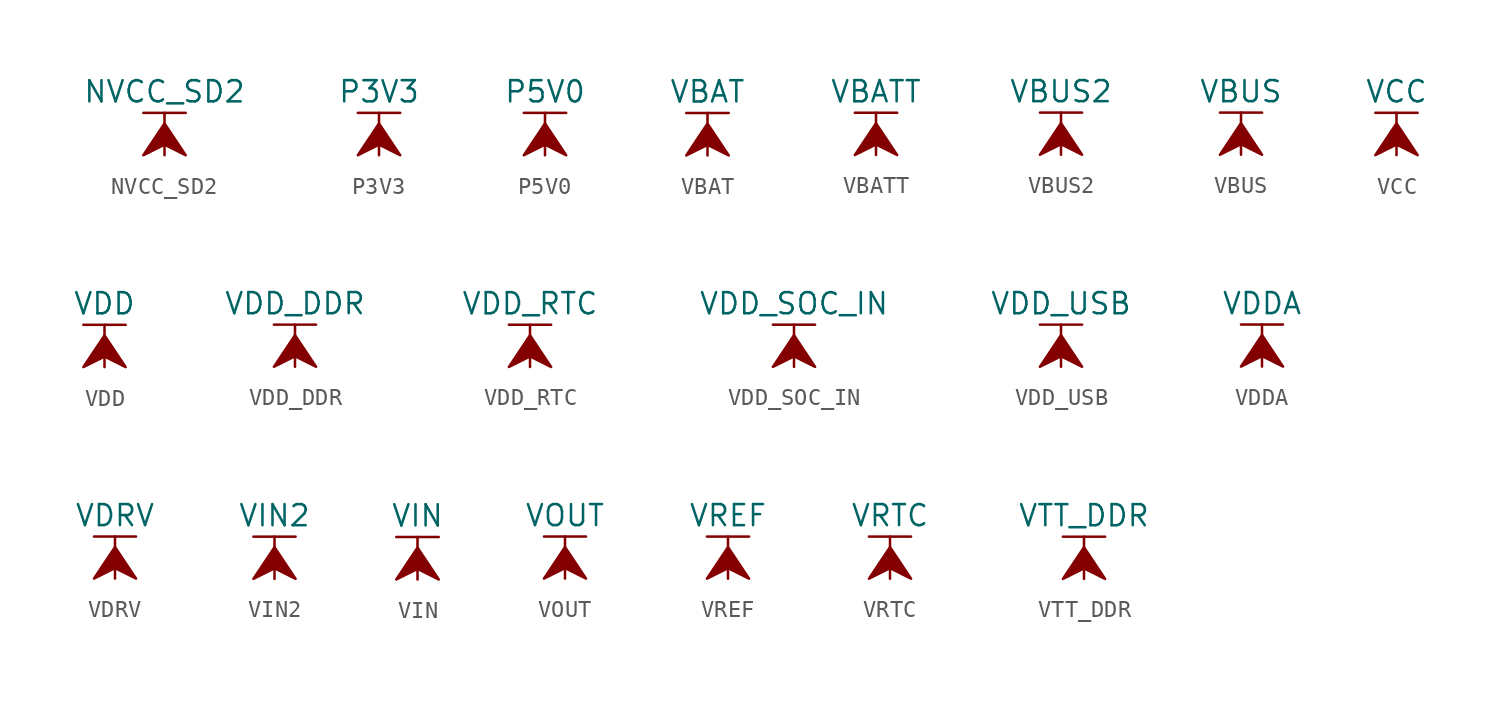
<source format=kicad_sym>
(kicad_symbol_lib
  (version 20211014)
  (generator kicad_symbol_editor)
  (symbol "NVCC_SD2"
    (power)
    (pin_names
      (offset 0))
    (property "Reference" "#PWR"
      (at 0 -3.81 0)
      (effects (font (size 1.27 1.27)) hide))
    (property "Value" "NVCC_SD2"
      (at 0 3.81 0)
      (effects (font (size 1.27 1.27))))
    (symbol "NVCC_SD2_0_1"
      (polyline (pts (xy -1.27 2.54) (xy 1.27 2.54)) (stroke (width 0.152) (type default) (color 0 0 0 0)) (fill (type none)))
      (polyline (pts (xy 0 0) (xy 0 2.54)) (stroke (width 0.152) (type default) (color 0 0 0 0)) (fill (type none)))
      (polyline (pts (xy 0 1.905) (xy -1.27 0) (xy 0 0.635) (xy 1.27 0) (xy 0 1.905)) (stroke (width 0.152) (type default) (color 0 0 0 0)) (fill (type outline))))
    (symbol "NVCC_SD2_1_1"
      (pin power_in line (at 0 0 90) (length 0) hide (name "NVCC_SD2" (effects (font (size 1.27 1.27)))) (number "1" (effects (font (size 1.27 1.27)))))))
  (symbol "P3V3"
    (power)
    (pin_names
      (offset 0))
    (property "Reference" "#PWR"
      (at 0 -3.81 0)
      (effects (font (size 1.27 1.27)) hide))
    (property "Value" "P3V3"
      (at 0 3.81 0)
      (effects (font (size 1.27 1.27))))
    (symbol "P3V3_0_1"
      (polyline (pts (xy -1.27 2.54) (xy 1.27 2.54)) (stroke (width 0.152) (type default) (color 0 0 0 0)) (fill (type none)))
      (polyline (pts (xy 0 0) (xy 0 2.54)) (stroke (width 0.152) (type default) (color 0 0 0 0)) (fill (type none)))
      (polyline (pts (xy 0 1.905) (xy -1.27 0) (xy 0 0.635) (xy 1.27 0) (xy 0 1.905)) (stroke (width 0.152) (type default) (color 0 0 0 0)) (fill (type outline))))
    (symbol "P3V3_1_1"
      (pin power_in line (at 0 0 90) (length 0) hide (name "P3V3" (effects (font (size 1.27 1.27)))) (number "1" (effects (font (size 1.27 1.27)))))))
  (symbol "P5V0"
    (power)
    (pin_names
      (offset 0))
    (property "Reference" "#PWR"
      (at 0 -3.81 0)
      (effects (font (size 1.27 1.27)) hide))
    (property "Value" "P5V0"
      (at 0 3.81 0)
      (effects (font (size 1.27 1.27))))
    (symbol "P5V0_0_1"
      (polyline (pts (xy -1.27 2.54) (xy 1.27 2.54)) (stroke (width 0.152) (type default) (color 0 0 0 0)) (fill (type none)))
      (polyline (pts (xy 0 0) (xy 0 2.54)) (stroke (width 0.152) (type default) (color 0 0 0 0)) (fill (type none)))
      (polyline (pts (xy 0 1.905) (xy -1.27 0) (xy 0 0.635) (xy 1.27 0) (xy 0 1.905)) (stroke (width 0.152) (type default) (color 0 0 0 0)) (fill (type outline))))
    (symbol "P5V0_1_1"
      (pin power_in line (at 0 0 90) (length 0) hide (name "P5V0" (effects (font (size 1.27 1.27)))) (number "1" (effects (font (size 1.27 1.27)))))))
  (symbol "VBAT"
    (power)
    (pin_names
      (offset 0))
    (property "Reference" "#PWR"
      (at 0 -3.81 0)
      (effects (font (size 1.27 1.27)) hide))
    (property "Value" "VBAT"
      (at 0 3.81 0)
      (effects (font (size 1.27 1.27))))
    (symbol "VBAT_0_1"
      (polyline (pts (xy -1.27 2.54) (xy 1.27 2.54)) (stroke (width 0.152) (type default) (color 0 0 0 0)) (fill (type none)))
      (polyline (pts (xy 0 0) (xy 0 2.54)) (stroke (width 0.152) (type default) (color 0 0 0 0)) (fill (type none)))
      (polyline (pts (xy 0 1.905) (xy -1.27 0) (xy 0 0.635) (xy 1.27 0) (xy 0 1.905)) (stroke (width 0.152) (type default) (color 0 0 0 0)) (fill (type outline))))
    (symbol "VBAT_1_1"
      (pin power_in line (at 0 0 90) (length 0) hide (name "VBAT" (effects (font (size 1.27 1.27)))) (number "1" (effects (font (size 1.27 1.27)))))))
  (symbol "VBATT"
    (power)
    (pin_names
      (offset 0))
    (property "Reference" "#PWR"
      (at 0 -3.81 0)
      (effects (font (size 1.27 1.27)) hide))
    (property "Value" "VBATT"
      (at 0 3.81 0)
      (effects (font (size 1.27 1.27))))
    (symbol "VBATT_0_1"
      (polyline (pts (xy -1.27 2.54) (xy 1.27 2.54)) (stroke (width 0.152) (type default) (color 0 0 0 0)) (fill (type none)))
      (polyline (pts (xy 0 0) (xy 0 2.54)) (stroke (width 0.152) (type default) (color 0 0 0 0)) (fill (type none)))
      (polyline (pts (xy 0 1.905) (xy -1.27 0) (xy 0 0.635) (xy 1.27 0) (xy 0 1.905)) (stroke (width 0.152) (type default) (color 0 0 0 0)) (fill (type outline))))
    (symbol "VBATT_1_1"
      (pin power_in line (at 0 0 90) (length 0) hide (name "VBATT" (effects (font (size 1.27 1.27)))) (number "1" (effects (font (size 1.27 1.27)))))))
  (symbol "VBUS2"
    (power)
    (pin_names
      (offset 0))
    (property "Reference" "#PWR"
      (at 0 -3.81 0)
      (effects (font (size 1.27 1.27)) hide))
    (property "Value" "VBUS2"
      (at 0 3.81 0)
      (effects (font (size 1.27 1.27))))
    (symbol "VBUS2_0_1"
      (polyline (pts (xy -1.27 2.54) (xy 1.27 2.54)) (stroke (width 0.152) (type default) (color 0 0 0 0)) (fill (type none)))
      (polyline (pts (xy 0 0) (xy 0 2.54)) (stroke (width 0.152) (type default) (color 0 0 0 0)) (fill (type none)))
      (polyline (pts (xy 0 1.905) (xy -1.27 0) (xy 0 0.635) (xy 1.27 0) (xy 0 1.905)) (stroke (width 0.152) (type default) (color 0 0 0 0)) (fill (type outline))))
    (symbol "VBUS2_1_1"
      (pin power_in line (at 0 0 90) (length 0) hide (name "VBUS2" (effects (font (size 1.27 1.27)))) (number "1" (effects (font (size 1.27 1.27)))))))
  (symbol "VBUS"
    (power)
    (pin_names
      (offset 0))
    (property "Reference" "#PWR"
      (at 0 -3.81 0)
      (effects (font (size 1.27 1.27)) hide))
    (property "Value" "VBUS"
      (at 0 3.81 0)
      (effects (font (size 1.27 1.27))))
    (symbol "VBUS_0_1"
      (polyline (pts (xy -1.27 2.54) (xy 1.27 2.54)) (stroke (width 0.152) (type default) (color 0 0 0 0)) (fill (type none)))
      (polyline (pts (xy 0 0) (xy 0 2.54)) (stroke (width 0.152) (type default) (color 0 0 0 0)) (fill (type none)))
      (polyline (pts (xy 0 1.905) (xy -1.27 0) (xy 0 0.635) (xy 1.27 0) (xy 0 1.905)) (stroke (width 0.152) (type default) (color 0 0 0 0)) (fill (type outline))))
    (symbol "VBUS_1_1"
      (pin power_in line (at 0 0 90) (length 0) hide (name "VBUS" (effects (font (size 1.27 1.27)))) (number "1" (effects (font (size 1.27 1.27)))))))
  (symbol "VCC"
    (power)
    (pin_names
      (offset 0))
    (property "Reference" "#PWR"
      (at 0 -3.81 0)
      (effects (font (size 1.27 1.27)) hide))
    (property "Value" "VCC"
      (at 0 3.81 0)
      (effects (font (size 1.27 1.27))))
    (symbol "VCC_0_1"
      (polyline (pts (xy -1.27 2.54) (xy 1.27 2.54)) (stroke (width 0.152) (type default) (color 0 0 0 0)) (fill (type none)))
      (polyline (pts (xy 0 0) (xy 0 2.54)) (stroke (width 0.152) (type default) (color 0 0 0 0)) (fill (type none)))
      (polyline (pts (xy 0 1.905) (xy -1.27 0) (xy 0 0.635) (xy 1.27 0) (xy 0 1.905)) (stroke (width 0.152) (type default) (color 0 0 0 0)) (fill (type outline))))
    (symbol "VCC_1_1"
      (pin power_in line (at 0 0 90) (length 0) hide (name "VCC" (effects (font (size 1.27 1.27)))) (number "1" (effects (font (size 1.27 1.27)))))))
  (symbol "VDD"
    (power)
    (pin_names
      (offset 0))
    (property "Reference" "#PWR"
      (at 0 -3.81 0)
      (effects (font (size 1.27 1.27)) hide))
    (property "Value" "VDD"
      (at 0 3.81 0)
      (effects (font (size 1.27 1.27))))
    (symbol "VDD_0_1"
      (polyline (pts (xy -1.27 2.54) (xy 1.27 2.54)) (stroke (width 0.152) (type default) (color 0 0 0 0)) (fill (type none)))
      (polyline (pts (xy 0 0) (xy 0 2.54)) (stroke (width 0.152) (type default) (color 0 0 0 0)) (fill (type none)))
      (polyline (pts (xy 0 1.905) (xy -1.27 0) (xy 0 0.635) (xy 1.27 0) (xy 0 1.905)) (stroke (width 0.152) (type default) (color 0 0 0 0)) (fill (type outline))))
    (symbol "VDD_1_1"
      (pin power_in line (at 0 0 90) (length 0) hide (name "VDD" (effects (font (size 1.27 1.27)))) (number "1" (effects (font (size 1.27 1.27)))))))
  (symbol "VDD_DDR"
    (power)
    (pin_names
      (offset 0))
    (property "Reference" "#PWR"
      (at 0 -3.81 0)
      (effects (font (size 1.27 1.27)) hide))
    (property "Value" "VDD_DDR"
      (at 0 3.81 0)
      (effects (font (size 1.27 1.27))))
    (symbol "VDD_DDR_0_1"
      (polyline (pts (xy -1.27 2.54) (xy 1.27 2.54)) (stroke (width 0.152) (type default) (color 0 0 0 0)) (fill (type none)))
      (polyline (pts (xy 0 0) (xy 0 2.54)) (stroke (width 0.152) (type default) (color 0 0 0 0)) (fill (type none)))
      (polyline (pts (xy 0 1.905) (xy -1.27 0) (xy 0 0.635) (xy 1.27 0) (xy 0 1.905)) (stroke (width 0.152) (type default) (color 0 0 0 0)) (fill (type outline))))
    (symbol "VDD_DDR_1_1"
      (pin power_in line (at 0 0 90) (length 0) hide (name "VDD_DDR" (effects (font (size 1.27 1.27)))) (number "1" (effects (font (size 1.27 1.27)))))))
  (symbol "VDD_RTC"
    (power)
    (pin_names
      (offset 0))
    (property "Reference" "#PWR"
      (at 0 -3.81 0)
      (effects (font (size 1.27 1.27)) hide))
    (property "Value" "VDD_RTC"
      (at 0 3.81 0)
      (effects (font (size 1.27 1.27))))
    (symbol "VDD_RTC_0_1"
      (polyline (pts (xy -1.27 2.54) (xy 1.27 2.54)) (stroke (width 0.152) (type default) (color 0 0 0 0)) (fill (type none)))
      (polyline (pts (xy 0 0) (xy 0 2.54)) (stroke (width 0.152) (type default) (color 0 0 0 0)) (fill (type none)))
      (polyline (pts (xy 0 1.905) (xy -1.27 0) (xy 0 0.635) (xy 1.27 0) (xy 0 1.905)) (stroke (width 0.152) (type default) (color 0 0 0 0)) (fill (type outline))))
    (symbol "VDD_RTC_1_1"
      (pin power_in line (at 0 0 90) (length 0) hide (name "VDD_RTC" (effects (font (size 1.27 1.27)))) (number "1" (effects (font (size 1.27 1.27)))))))
  (symbol "VDD_SOC_IN"
    (power)
    (pin_names
      (offset 0))
    (property "Reference" "#PWR"
      (at 0 -3.81 0)
      (effects (font (size 1.27 1.27)) hide))
    (property "Value" "VDD_SOC_IN"
      (at 0 3.81 0)
      (effects (font (size 1.27 1.27))))
    (symbol "VDD_SOC_IN_0_1"
      (polyline (pts (xy -1.27 2.54) (xy 1.27 2.54)) (stroke (width 0.152) (type default) (color 0 0 0 0)) (fill (type none)))
      (polyline (pts (xy 0 0) (xy 0 2.54)) (stroke (width 0.152) (type default) (color 0 0 0 0)) (fill (type none)))
      (polyline (pts (xy 0 1.905) (xy -1.27 0) (xy 0 0.635) (xy 1.27 0) (xy 0 1.905)) (stroke (width 0.152) (type default) (color 0 0 0 0)) (fill (type outline))))
    (symbol "VDD_SOC_IN_1_1"
      (pin power_in line (at 0 0 90) (length 0) hide (name "VDD_SOC_IN" (effects (font (size 1.27 1.27)))) (number "1" (effects (font (size 1.27 1.27)))))))
  (symbol "VDD_USB"
    (power)
    (pin_names
      (offset 0))
    (property "Reference" "#PWR"
      (at 0 -3.81 0)
      (effects (font (size 1.27 1.27)) hide))
    (property "Value" "VDD_USB"
      (at 0 3.81 0)
      (effects (font (size 1.27 1.27))))
    (symbol "VDD_USB_0_1"
      (polyline (pts (xy -1.27 2.54) (xy 1.27 2.54)) (stroke (width 0.152) (type default) (color 0 0 0 0)) (fill (type none)))
      (polyline (pts (xy 0 0) (xy 0 2.54)) (stroke (width 0.152) (type default) (color 0 0 0 0)) (fill (type none)))
      (polyline (pts (xy 0 1.905) (xy -1.27 0) (xy 0 0.635) (xy 1.27 0) (xy 0 1.905)) (stroke (width 0.152) (type default) (color 0 0 0 0)) (fill (type outline))))
    (symbol "VDD_USB_1_1"
      (pin power_in line (at 0 0 90) (length 0) hide (name "VDD_USB" (effects (font (size 1.27 1.27)))) (number "1" (effects (font (size 1.27 1.27)))))))
  (symbol "VDDA"
    (power)
    (pin_names
      (offset 0))
    (property "Reference" "#PWR"
      (at 0 -3.81 0)
      (effects (font (size 1.27 1.27)) hide))
    (property "Value" "VDDA"
      (at 0 3.81 0)
      (effects (font (size 1.27 1.27))))
    (symbol "VDDA_0_1"
      (polyline (pts (xy -1.27 2.54) (xy 1.27 2.54)) (stroke (width 0.152) (type default) (color 0 0 0 0)) (fill (type none)))
      (polyline (pts (xy 0 0) (xy 0 2.54)) (stroke (width 0.152) (type default) (color 0 0 0 0)) (fill (type none)))
      (polyline (pts (xy 0 1.905) (xy -1.27 0) (xy 0 0.635) (xy 1.27 0) (xy 0 1.905)) (stroke (width 0.152) (type default) (color 0 0 0 0)) (fill (type outline))))
    (symbol "VDDA_1_1"
      (pin power_in line (at 0 0 90) (length 0) hide (name "VDDA" (effects (font (size 1.27 1.27)))) (number "1" (effects (font (size 1.27 1.27)))))))
  (symbol "VDRV"
    (power)
    (pin_names
      (offset 0))
    (property "Reference" "#PWR"
      (at 0 -3.81 0)
      (effects (font (size 1.27 1.27)) hide))
    (property "Value" "VDRV"
      (at 0 3.81 0)
      (effects (font (size 1.27 1.27))))
    (symbol "VDRV_0_1"
      (polyline (pts (xy -1.27 2.54) (xy 1.27 2.54)) (stroke (width 0.152) (type default) (color 0 0 0 0)) (fill (type none)))
      (polyline (pts (xy 0 0) (xy 0 2.54)) (stroke (width 0.152) (type default) (color 0 0 0 0)) (fill (type none)))
      (polyline (pts (xy 0 1.905) (xy -1.27 0) (xy 0 0.635) (xy 1.27 0) (xy 0 1.905)) (stroke (width 0.152) (type default) (color 0 0 0 0)) (fill (type outline))))
    (symbol "VDRV_1_1"
      (pin power_in line (at 0 0 90) (length 0) hide (name "VDRV" (effects (font (size 1.27 1.27)))) (number "1" (effects (font (size 1.27 1.27)))))))
  (symbol "VIN2"
    (power)
    (pin_names
      (offset 0))
    (property "Reference" "#PWR"
      (at 0 -3.81 0)
      (effects (font (size 1.27 1.27)) hide))
    (property "Value" "VIN2"
      (at 0 3.81 0)
      (effects (font (size 1.27 1.27))))
    (symbol "VIN2_0_1"
      (polyline (pts (xy -1.27 2.54) (xy 1.27 2.54)) (stroke (width 0.152) (type default) (color 0 0 0 0)) (fill (type none)))
      (polyline (pts (xy 0 0) (xy 0 2.54)) (stroke (width 0.152) (type default) (color 0 0 0 0)) (fill (type none)))
      (polyline (pts (xy 0 1.905) (xy -1.27 0) (xy 0 0.635) (xy 1.27 0) (xy 0 1.905)) (stroke (width 0.152) (type default) (color 0 0 0 0)) (fill (type outline))))
    (symbol "VIN2_1_1"
      (pin power_in line (at 0 0 90) (length 0) hide (name "VIN2" (effects (font (size 1.27 1.27)))) (number "1" (effects (font (size 1.27 1.27)))))))
  (symbol "VIN"
    (power)
    (pin_names
      (offset 0))
    (property "Reference" "#PWR"
      (at 0 -3.81 0)
      (effects (font (size 1.27 1.27)) hide))
    (property "Value" "VIN"
      (at 0 3.81 0)
      (effects (font (size 1.27 1.27))))
    (symbol "VIN_0_1"
      (polyline (pts (xy -1.27 2.54) (xy 1.27 2.54)) (stroke (width 0.152) (type default) (color 0 0 0 0)) (fill (type none)))
      (polyline (pts (xy 0 0) (xy 0 2.54)) (stroke (width 0.152) (type default) (color 0 0 0 0)) (fill (type none)))
      (polyline (pts (xy 0 1.905) (xy -1.27 0) (xy 0 0.635) (xy 1.27 0) (xy 0 1.905)) (stroke (width 0.152) (type default) (color 0 0 0 0)) (fill (type outline))))
    (symbol "VIN_1_1"
      (pin power_in line (at 0 0 90) (length 0) hide (name "VIN" (effects (font (size 1.27 1.27)))) (number "1" (effects (font (size 1.27 1.27)))))))
  (symbol "VOUT"
    (power)
    (pin_names
      (offset 0))
    (property "Reference" "#PWR"
      (at 0 -3.81 0)
      (effects (font (size 1.27 1.27)) hide))
    (property "Value" "VOUT"
      (at 0 3.81 0)
      (effects (font (size 1.27 1.27))))
    (symbol "VOUT_0_1"
      (polyline (pts (xy -1.27 2.54) (xy 1.27 2.54)) (stroke (width 0.152) (type default) (color 0 0 0 0)) (fill (type none)))
      (polyline (pts (xy 0 0) (xy 0 2.54)) (stroke (width 0.152) (type default) (color 0 0 0 0)) (fill (type none)))
      (polyline (pts (xy 0 1.905) (xy -1.27 0) (xy 0 0.635) (xy 1.27 0) (xy 0 1.905)) (stroke (width 0.152) (type default) (color 0 0 0 0)) (fill (type outline))))
    (symbol "VOUT_1_1"
      (pin power_in line (at 0 0 90) (length 0) hide (name "VOUT" (effects (font (size 1.27 1.27)))) (number "1" (effects (font (size 1.27 1.27)))))))
  (symbol "VREF"
    (power)
    (pin_names
      (offset 0))
    (property "Reference" "#PWR"
      (at 0 -3.81 0)
      (effects (font (size 1.27 1.27)) hide))
    (property "Value" "VREF"
      (at 0 3.81 0)
      (effects (font (size 1.27 1.27))))
    (symbol "VREF_0_1"
      (polyline (pts (xy -1.27 2.54) (xy 1.27 2.54)) (stroke (width 0.152) (type default) (color 0 0 0 0)) (fill (type none)))
      (polyline (pts (xy 0 0) (xy 0 2.54)) (stroke (width 0.152) (type default) (color 0 0 0 0)) (fill (type none)))
      (polyline (pts (xy 0 1.905) (xy -1.27 0) (xy 0 0.635) (xy 1.27 0) (xy 0 1.905)) (stroke (width 0.152) (type default) (color 0 0 0 0)) (fill (type outline))))
    (symbol "VREF_1_1"
      (pin power_in line (at 0 0 90) (length 0) hide (name "VREF" (effects (font (size 1.27 1.27)))) (number "1" (effects (font (size 1.27 1.27)))))))
  (symbol "VRTC"
    (power)
    (pin_names
      (offset 0))
    (property "Reference" "#PWR"
      (at 0 -3.81 0)
      (effects (font (size 1.27 1.27)) hide))
    (property "Value" "VRTC"
      (at 0 3.81 0)
      (effects (font (size 1.27 1.27))))
    (symbol "VRTC_0_1"
      (polyline (pts (xy -1.27 2.54) (xy 1.27 2.54)) (stroke (width 0.152) (type default) (color 0 0 0 0)) (fill (type none)))
      (polyline (pts (xy 0 0) (xy 0 2.54)) (stroke (width 0.152) (type default) (color 0 0 0 0)) (fill (type none)))
      (polyline (pts (xy 0 1.905) (xy -1.27 0) (xy 0 0.635) (xy 1.27 0) (xy 0 1.905)) (stroke (width 0.152) (type default) (color 0 0 0 0)) (fill (type outline))))
    (symbol "VRTC_1_1"
      (pin power_in line (at 0 0 90) (length 0) hide (name "VRTC" (effects (font (size 1.27 1.27)))) (number "1" (effects (font (size 1.27 1.27)))))))
  (symbol "VTT_DDR"
    (power)
    (pin_names
      (offset 0))
    (property "Reference" "#PWR"
      (at 0 -3.81 0)
      (effects (font (size 1.27 1.27)) hide))
    (property "Value" "VTT_DDR"
      (at 0 3.81 0)
      (effects (font (size 1.27 1.27))))
    (symbol "VTT_DDR_0_1"
      (polyline (pts (xy -1.27 2.54) (xy 1.27 2.54)) (stroke (width 0.152) (type default) (color 0 0 0 0)) (fill (type none)))
      (polyline (pts (xy 0 0) (xy 0 2.54)) (stroke (width 0.152) (type default) (color 0 0 0 0)) (fill (type none)))
      (polyline (pts (xy 0 1.905) (xy -1.27 0) (xy 0 0.635) (xy 1.27 0) (xy 0 1.905)) (stroke (width 0.152) (type default) (color 0 0 0 0)) (fill (type outline))))
    (symbol "VTT_DDR_1_1"
      (pin power_in line (at 0 0 90) (length 0) hide (name "VTT_DDR" (effects (font (size 1.27 1.27)))) (number "1" (effects (font (size 1.27 1.27))))))))
</source>
